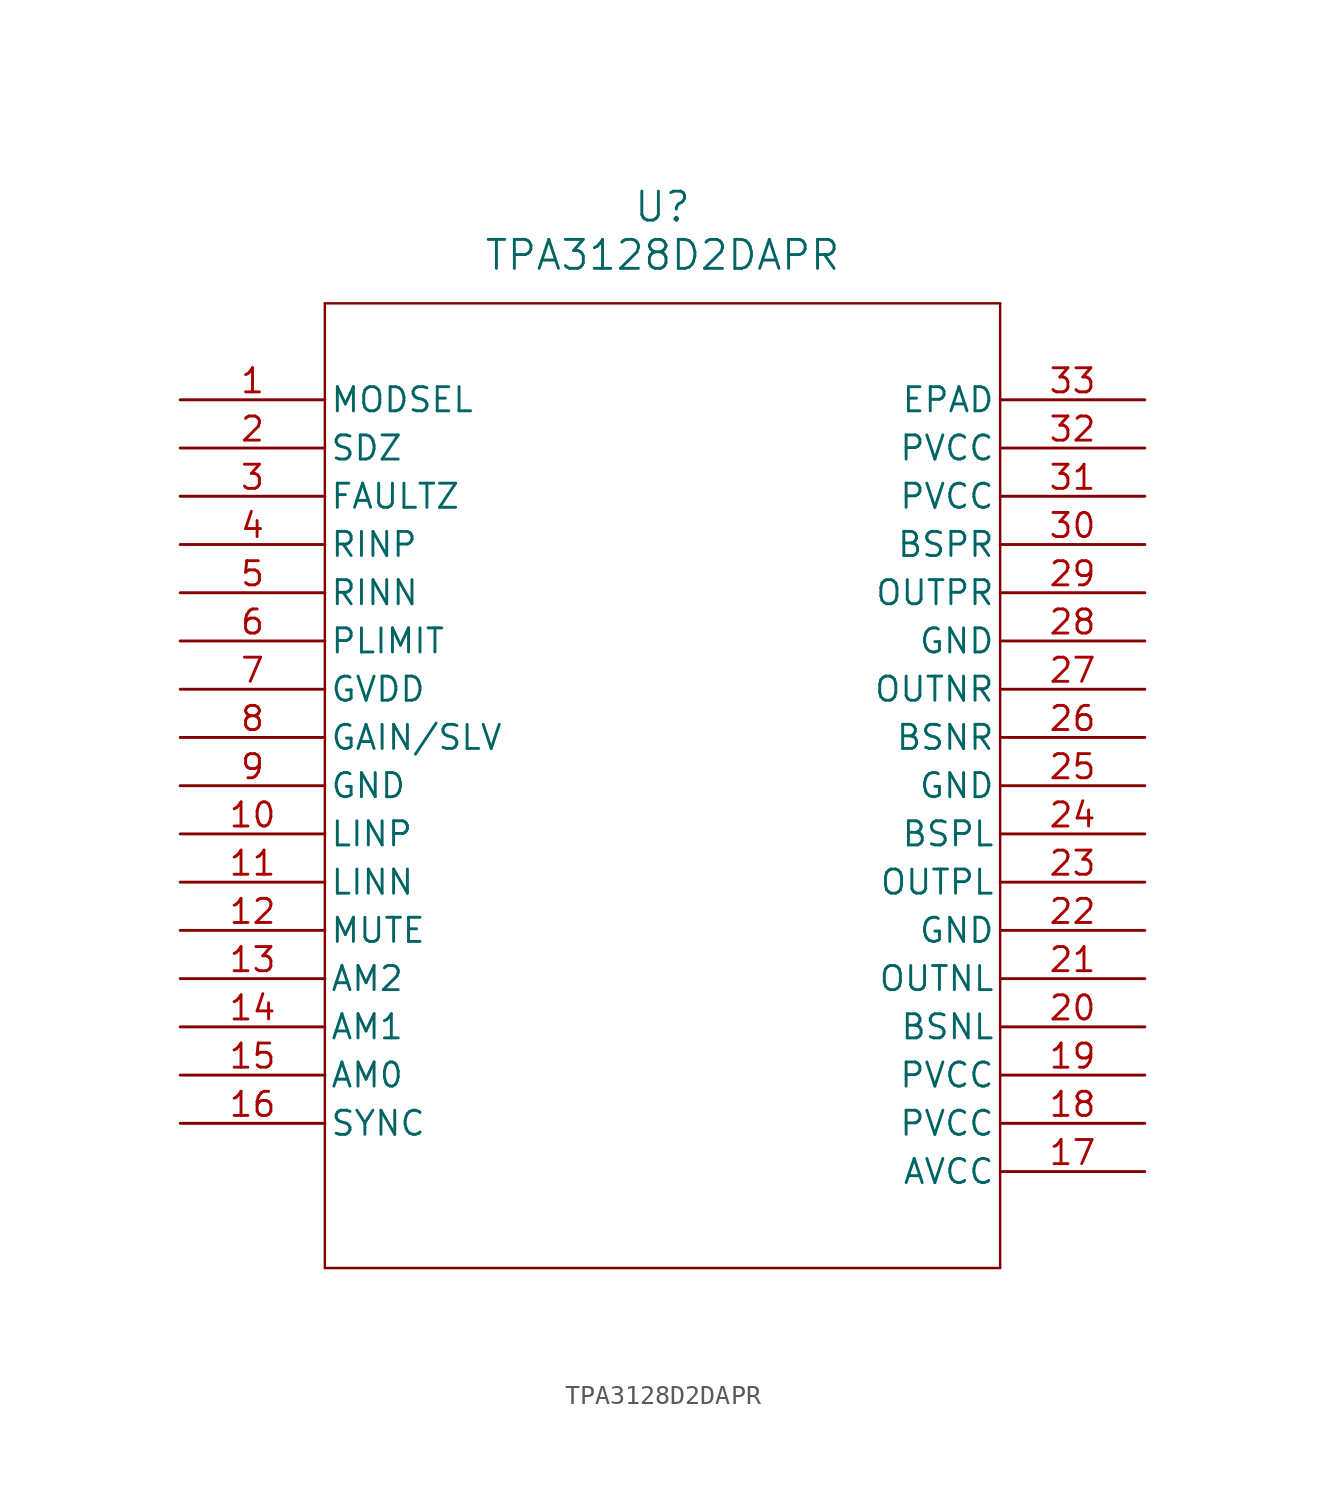
<source format=kicad_sym>
(kicad_symbol_lib
  (version 20211014)
  (generator kicad_symbol_editor)
  (symbol "TPA3128D2DAPR"
    (pin_names
      (offset 0.254))
    (property "Reference" "U"
      (at 25.4 10.16 0)
      (effects (font (size 1.524 1.524))))
    (property "Value" "TPA3128D2DAPR"
      (at 25.4 7.62 0)
      (effects (font (size 1.524 1.524))))
    (symbol "TPA3128D2DAPR_0_1"
      (polyline (pts (xy 7.62 5.08) (xy 7.62 -45.72)) (stroke (width 0.127) (type default) (color 0 0 0 0)) (fill (type none)))
      (polyline (pts (xy 7.62 -45.72) (xy 43.18 -45.72)) (stroke (width 0.127) (type default) (color 0 0 0 0)) (fill (type none)))
      (polyline (pts (xy 43.18 -45.72) (xy 43.18 5.08)) (stroke (width 0.127) (type default) (color 0 0 0 0)) (fill (type none)))
      (polyline (pts (xy 43.18 5.08) (xy 7.62 5.08)) (stroke (width 0.127) (type default) (color 0 0 0 0)) (fill (type none)))
      (pin unspecified line (at 0 0 0) (length 7.62) (name "MODSEL" (effects (font (size 1.27 1.27)))) (number "1" (effects (font (size 1.27 1.27)))))
      (pin unspecified line (at 0 -2.54 0) (length 7.62) (name "SDZ" (effects (font (size 1.27 1.27)))) (number "2" (effects (font (size 1.27 1.27)))))
      (pin unspecified line (at 0 -5.08 0) (length 7.62) (name "FAULTZ" (effects (font (size 1.27 1.27)))) (number "3" (effects (font (size 1.27 1.27)))))
      (pin unspecified line (at 0 -7.62 0) (length 7.62) (name "RINP" (effects (font (size 1.27 1.27)))) (number "4" (effects (font (size 1.27 1.27)))))
      (pin unspecified line (at 0 -10.16 0) (length 7.62) (name "RINN" (effects (font (size 1.27 1.27)))) (number "5" (effects (font (size 1.27 1.27)))))
      (pin unspecified line (at 0 -12.7 0) (length 7.62) (name "PLIMIT" (effects (font (size 1.27 1.27)))) (number "6" (effects (font (size 1.27 1.27)))))
      (pin power_in line (at 0 -15.24 0) (length 7.62) (name "GVDD" (effects (font (size 1.27 1.27)))) (number "7" (effects (font (size 1.27 1.27)))))
      (pin unspecified line (at 0 -17.78 0) (length 7.62) (name "GAIN/SLV" (effects (font (size 1.27 1.27)))) (number "8" (effects (font (size 1.27 1.27)))))
      (pin power_out line (at 0 -20.32 0) (length 7.62) (name "GND" (effects (font (size 1.27 1.27)))) (number "9" (effects (font (size 1.27 1.27)))))
      (pin unspecified line (at 0 -22.86 0) (length 7.62) (name "LINP" (effects (font (size 1.27 1.27)))) (number "10" (effects (font (size 1.27 1.27)))))
      (pin unspecified line (at 0 -25.4 0) (length 7.62) (name "LINN" (effects (font (size 1.27 1.27)))) (number "11" (effects (font (size 1.27 1.27)))))
      (pin unspecified line (at 0 -27.94 0) (length 7.62) (name "MUTE" (effects (font (size 1.27 1.27)))) (number "12" (effects (font (size 1.27 1.27)))))
      (pin bidirectional line (at 0 -30.48 0) (length 7.62) (name "AM2" (effects (font (size 1.27 1.27)))) (number "13" (effects (font (size 1.27 1.27)))))
      (pin bidirectional line (at 0 -33.02 0) (length 7.62) (name "AM1" (effects (font (size 1.27 1.27)))) (number "14" (effects (font (size 1.27 1.27)))))
      (pin bidirectional line (at 0 -35.56 0) (length 7.62) (name "AM0" (effects (font (size 1.27 1.27)))) (number "15" (effects (font (size 1.27 1.27)))))
      (pin unspecified line (at 0 -38.1 0) (length 7.62) (name "SYNC" (effects (font (size 1.27 1.27)))) (number "16" (effects (font (size 1.27 1.27)))))
      (pin unspecified line (at 50.8 -40.64 180) (length 7.62) (name "AVCC" (effects (font (size 1.27 1.27)))) (number "17" (effects (font (size 1.27 1.27)))))
      (pin unspecified line (at 50.8 -38.1 180) (length 7.62) (name "PVCC" (effects (font (size 1.27 1.27)))) (number "18" (effects (font (size 1.27 1.27)))))
      (pin unspecified line (at 50.8 -35.56 180) (length 7.62) (name "PVCC" (effects (font (size 1.27 1.27)))) (number "19" (effects (font (size 1.27 1.27)))))
      (pin unspecified line (at 50.8 -33.02 180) (length 7.62) (name "BSNL" (effects (font (size 1.27 1.27)))) (number "20" (effects (font (size 1.27 1.27)))))
      (pin output line (at 50.8 -30.48 180) (length 7.62) (name "OUTNL" (effects (font (size 1.27 1.27)))) (number "21" (effects (font (size 1.27 1.27)))))
      (pin power_out line (at 50.8 -27.94 180) (length 7.62) (name "GND" (effects (font (size 1.27 1.27)))) (number "22" (effects (font (size 1.27 1.27)))))
      (pin output line (at 50.8 -25.4 180) (length 7.62) (name "OUTPL" (effects (font (size 1.27 1.27)))) (number "23" (effects (font (size 1.27 1.27)))))
      (pin unspecified line (at 50.8 -22.86 180) (length 7.62) (name "BSPL" (effects (font (size 1.27 1.27)))) (number "24" (effects (font (size 1.27 1.27)))))
      (pin power_out line (at 50.8 -20.32 180) (length 7.62) (name "GND" (effects (font (size 1.27 1.27)))) (number "25" (effects (font (size 1.27 1.27)))))
      (pin unspecified line (at 50.8 -17.78 180) (length 7.62) (name "BSNR" (effects (font (size 1.27 1.27)))) (number "26" (effects (font (size 1.27 1.27)))))
      (pin output line (at 50.8 -15.24 180) (length 7.62) (name "OUTNR" (effects (font (size 1.27 1.27)))) (number "27" (effects (font (size 1.27 1.27)))))
      (pin power_out line (at 50.8 -12.7 180) (length 7.62) (name "GND" (effects (font (size 1.27 1.27)))) (number "28" (effects (font (size 1.27 1.27)))))
      (pin output line (at 50.8 -10.16 180) (length 7.62) (name "OUTPR" (effects (font (size 1.27 1.27)))) (number "29" (effects (font (size 1.27 1.27)))))
      (pin unspecified line (at 50.8 -7.62 180) (length 7.62) (name "BSPR" (effects (font (size 1.27 1.27)))) (number "30" (effects (font (size 1.27 1.27)))))
      (pin unspecified line (at 50.8 -5.08 180) (length 7.62) (name "PVCC" (effects (font (size 1.27 1.27)))) (number "31" (effects (font (size 1.27 1.27)))))
      (pin unspecified line (at 50.8 -2.54 180) (length 7.62) (name "PVCC" (effects (font (size 1.27 1.27)))) (number "32" (effects (font (size 1.27 1.27)))))
      (pin unspecified line (at 50.8 0 180) (length 7.62) (name "EPAD" (effects (font (size 1.27 1.27)))) (number "33" (effects (font (size 1.27 1.27))))))))
</source>
